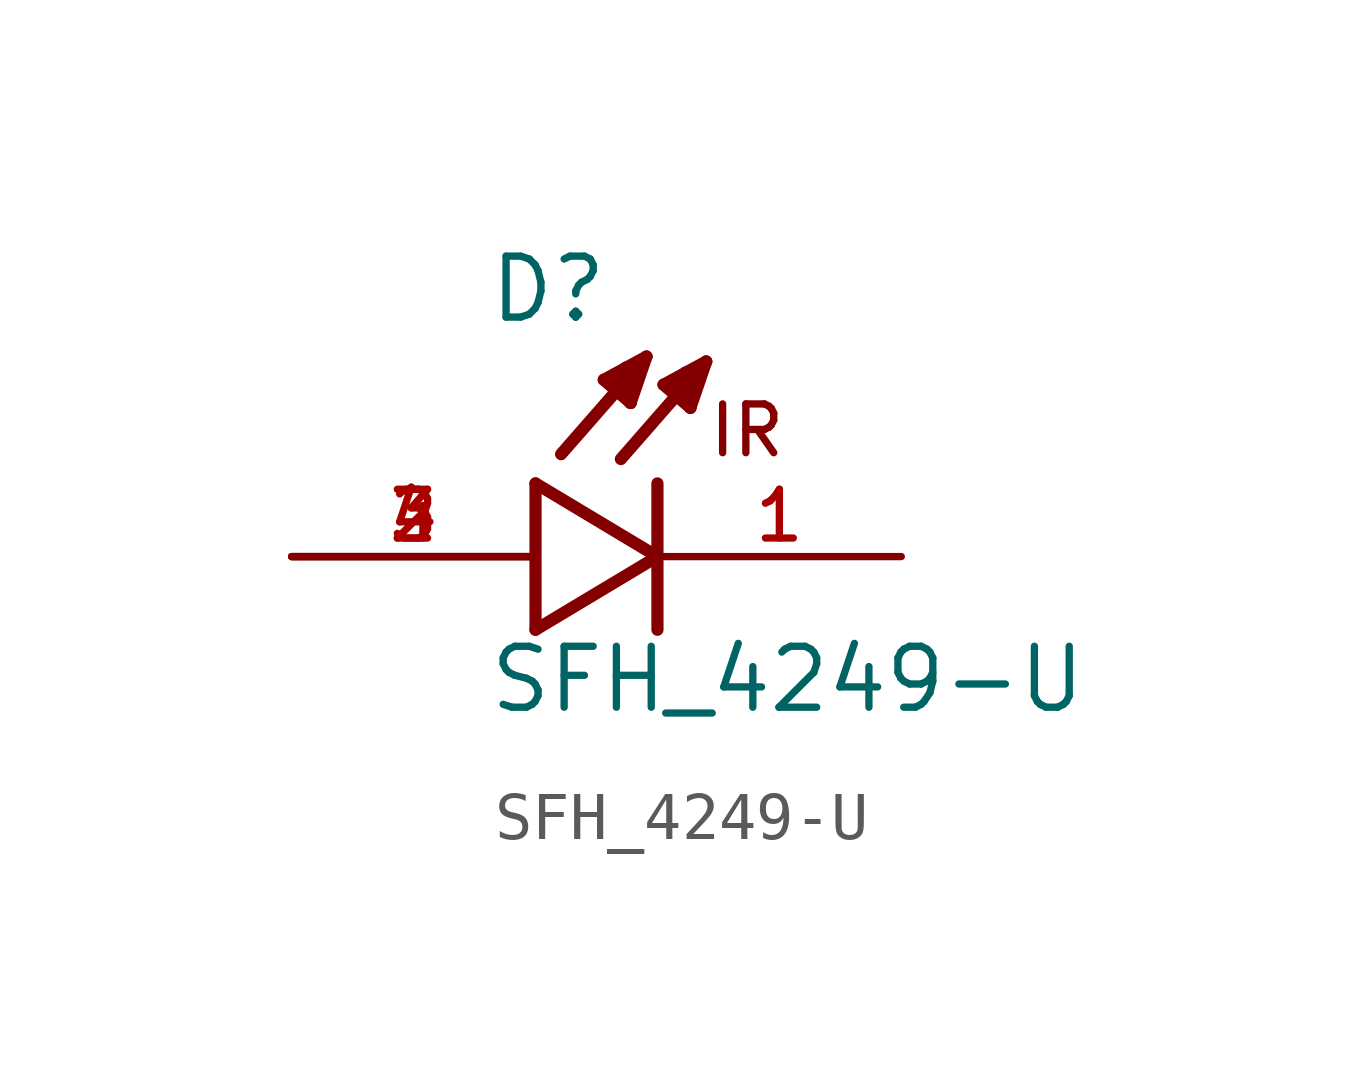
<source format=kicad_sym>
(kicad_symbol_lib
  (version 20211014)
  (generator kicad_symbol_editor)
  (symbol "SFH_4249-U"
    (pin_names
      (offset 1.016))
    (property "Reference" "D"
      (at -3.556 4.826 0)
      (effects (font (size 1.27 1.27)) (justify bottom left)))
    (property "Value" "SFH_4249-U"
      (at -3.556 -3.302 0)
      (effects (font (size 1.27 1.27)) (justify bottom left)))
    (symbol "SFH_4249-U_0_0"
      (polyline (pts (xy -2.54 1.524) (xy -2.54 -1.524)) (stroke (width 0.254)))
      (polyline (pts (xy -2.54 -1.524) (xy 0.0 0.0)) (stroke (width 0.254)))
      (polyline (pts (xy 0.0 0.0) (xy -2.54 1.524)) (stroke (width 0.254)))
      (polyline (pts (xy 0.0 1.524) (xy 0.0 -1.524)) (stroke (width 0.254)))
      (text "IR" (at 1.016 2.032 0) (effects (font (size 1.016 1.016)) (justify bottom left)))
      (polyline (pts (xy 1.016 4.064) (xy -0.762 2.032)) (stroke (width 0.254)))
      (polyline (pts (xy 0.686 3.099) (xy 0.127 3.581)) (stroke (width 0.254)))
      (polyline (pts (xy 0.127 3.581) (xy 1.016 4.064)) (stroke (width 0.254)))
      (polyline (pts (xy 1.016 4.064) (xy 0.686 3.099)) (stroke (width 0.254)))
      (polyline (pts (xy 0.686 3.099) (xy 0.711 3.835)) (stroke (width 0.254)))
      (polyline (pts (xy 0.711 3.835) (xy 0.584 3.835)) (stroke (width 0.254)))
      (polyline (pts (xy 0.305 3.505) (xy 0.533 3.658)) (stroke (width 0.254)))
      (polyline (pts (xy -0.229 4.166) (xy -2.007 2.134)) (stroke (width 0.254)))
      (polyline (pts (xy -0.559 3.2) (xy -1.118 3.683)) (stroke (width 0.254)))
      (polyline (pts (xy -1.118 3.683) (xy -0.229 4.166)) (stroke (width 0.254)))
      (polyline (pts (xy -0.229 4.166) (xy -0.559 3.2)) (stroke (width 0.254)))
      (polyline (pts (xy -0.559 3.2) (xy -0.533 3.937)) (stroke (width 0.254)))
      (polyline (pts (xy -0.533 3.937) (xy -0.66 3.937)) (stroke (width 0.254)))
      (polyline (pts (xy -0.94 3.607) (xy -0.711 3.759)) (stroke (width 0.254)))
      (pin passive line (at 5.08 0.0 180.0) (length 5.08) (name "~" (effects (font (size 1.016 1.016)))) (number "1" (effects (font (size 1.016 1.016)))))
      (pin passive line (at -7.62 0.0 0) (length 5.08) (name "~" (effects (font (size 1.016 1.016)))) (number "2" (effects (font (size 1.016 1.016)))))
      (pin passive line (at -7.62 0.0 0) (length 5.08) (name "~" (effects (font (size 1.016 1.016)))) (number "3" (effects (font (size 1.016 1.016)))))
      (pin passive line (at -7.62 0.0 0) (length 5.08) (name "~" (effects (font (size 1.016 1.016)))) (number "4" (effects (font (size 1.016 1.016))))))))
</source>
